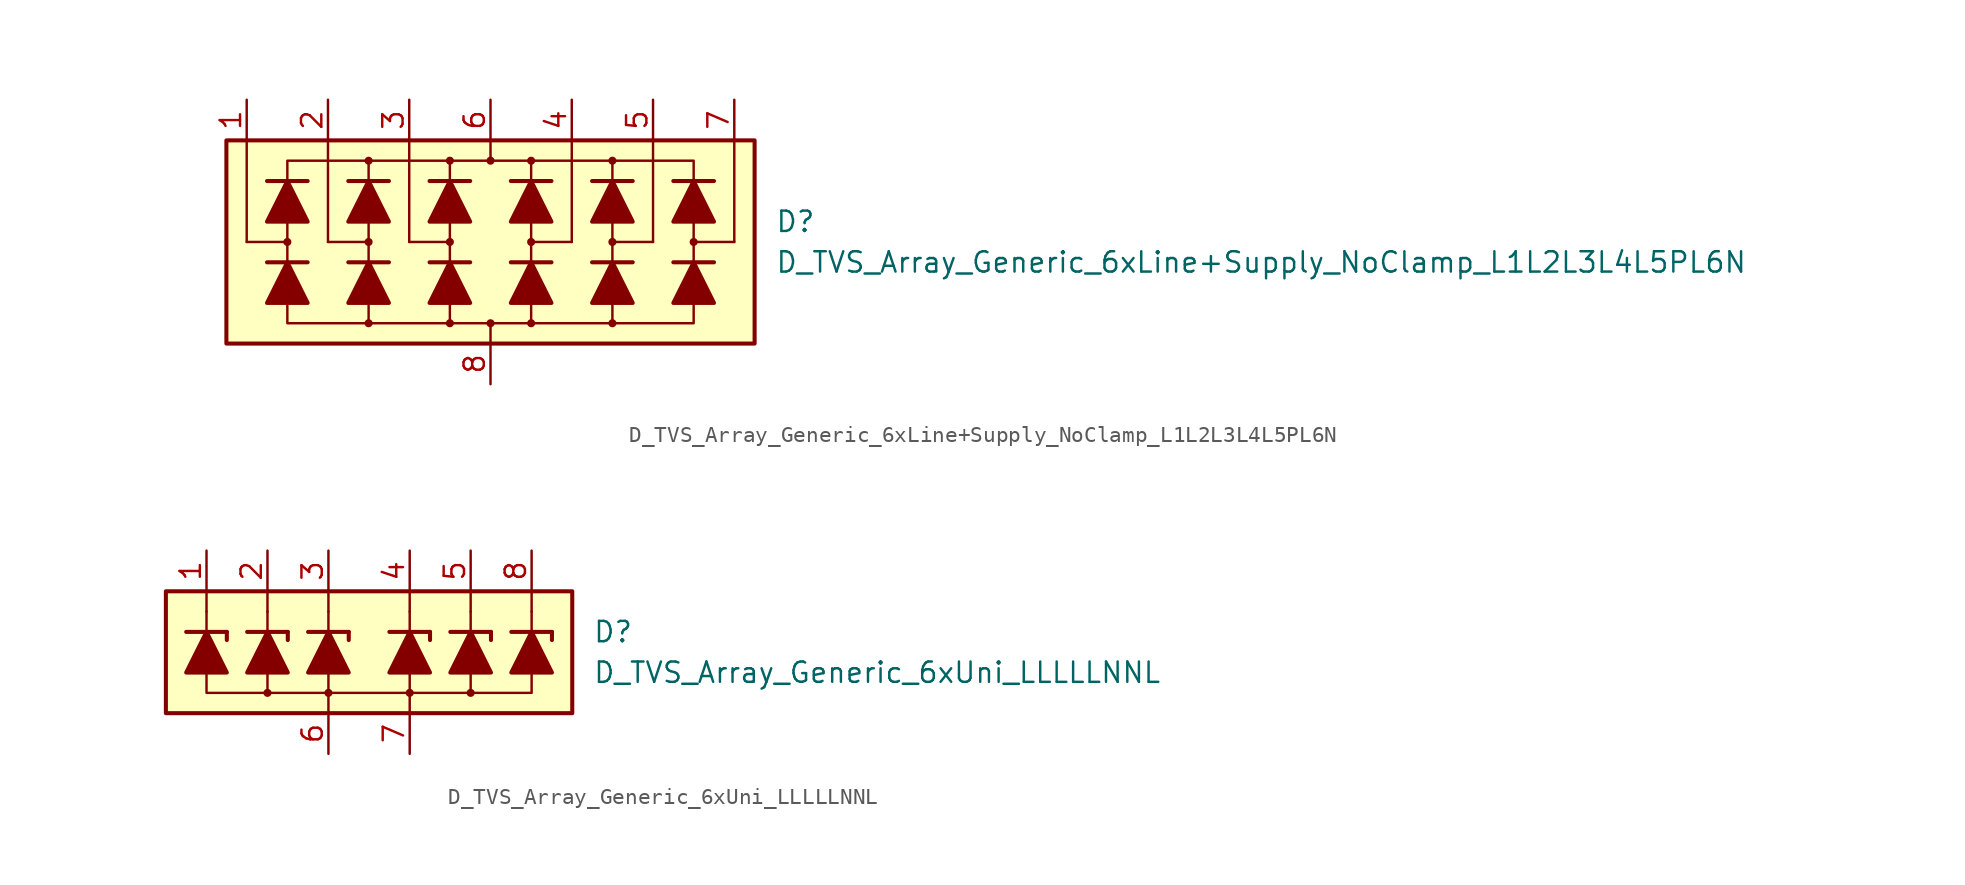
<source format=kicad_sym>
(kicad_symbol_lib
  (version 20211014)
  (generator kicad_symbol_editor)
  (symbol "D_TVS_Array_Generic_6xLine+Supply_NoClamp_L1L2L3L4L5PL6N"
    (pin_names
      (offset 1.016) hide)
    (property "Reference" "D"
      (at 17.78 1.27 0)
      (effects (font (size 1.27 1.27)) (justify left)))
    (property "Value" "D_TVS_Array_Generic_6xLine+Supply_NoClamp_L1L2L3L4L5PL6N"
      (at 17.78 -1.27 0)
      (effects (font (size 1.27 1.27)) (justify left)))
    (symbol "D_TVS_Array_Generic_6xLine+Supply_NoClamp_L1L2L3L4L5PL6N_0_1"
      (rectangle (start -16.51 6.35) (end 16.51 -6.35) (stroke (width 0.254) (type default) (color 0 0 0 0)) (fill (type background)))
      (circle (center -2.54 0) (radius 0.178) (stroke (width 0) (type default) (color 0 0 0 0)) (fill (type outline)))
      (polyline (pts (xy -5.08 0) (xy -5.08 6.35)) (stroke (width 0) (type default) (color 0 0 0 0)) (fill (type none)))
      (polyline (pts (xy -2.54 -1.27) (xy -2.54 1.27)) (stroke (width 0) (type default) (color 0 0 0 0)) (fill (type none)))
      (polyline (pts (xy -2.54 0) (xy -5.08 0)) (stroke (width 0) (type default) (color 0 0 0 0)) (fill (type none)))
      (polyline (pts (xy 0 -5.08) (xy 0 -6.35)) (stroke (width 0) (type default) (color 0 0 0 0)) (fill (type none)))
      (polyline (pts (xy 0 6.35) (xy 0 5.08)) (stroke (width 0) (type default) (color 0 0 0 0)) (fill (type none)))
      (polyline (pts (xy 2.54 -1.27) (xy 2.54 1.27)) (stroke (width 0) (type default) (color 0 0 0 0)) (fill (type none)))
      (polyline (pts (xy 2.54 0) (xy 5.08 0)) (stroke (width 0) (type default) (color 0 0 0 0)) (fill (type none)))
      (polyline (pts (xy 5.08 0) (xy 5.08 6.35)) (stroke (width 0) (type default) (color 0 0 0 0)) (fill (type none)))
      (polyline (pts (xy -2.54 -5.08) (xy -7.62 -5.08) (xy -7.62 5.08) (xy -2.54 5.08)) (stroke (width 0) (type default) (color 0 0 0 0)) (fill (type none)))
      (polyline (pts (xy -2.54 3.81) (xy -2.54 5.08) (xy 2.54 5.08) (xy 2.54 3.81)) (stroke (width 0.152) (type default) (color 0 0 0 0)) (fill (type none)))
      (polyline (pts (xy 2.54 -5.08) (xy 7.62 -5.08) (xy 7.62 5.08) (xy 2.54 5.08)) (stroke (width 0) (type default) (color 0 0 0 0)) (fill (type none)))
      (polyline (pts (xy 2.54 -3.81) (xy 2.54 -5.08) (xy -2.54 -5.08) (xy -2.54 -3.81)) (stroke (width 0.152) (type default) (color 0 0 0 0)) (fill (type none)))
      (circle (center 0 5.08) (radius 0.178) (stroke (width 0) (type default) (color 0 0 0 0)) (fill (type outline)))
      (circle (center 2.54 0) (radius 0.178) (stroke (width 0) (type default) (color 0 0 0 0)) (fill (type outline))))
    (symbol "D_TVS_Array_Generic_6xLine+Supply_NoClamp_L1L2L3L4L5PL6N_1_1"
      (circle (center -12.7 0) (radius 0.178) (stroke (width 0) (type default) (color 0 0 0 0)) (fill (type outline)))
      (circle (center -7.62 -5.08) (radius 0.178) (stroke (width 0) (type default) (color 0 0 0 0)) (fill (type outline)))
      (circle (center -7.62 0) (radius 0.178) (stroke (width 0) (type default) (color 0 0 0 0)) (fill (type outline)))
      (circle (center -7.62 5.08) (radius 0.178) (stroke (width 0) (type default) (color 0 0 0 0)) (fill (type outline)))
      (circle (center -2.54 -5.08) (radius 0.178) (stroke (width 0) (type default) (color 0 0 0 0)) (fill (type outline)))
      (circle (center -2.54 5.08) (radius 0.178) (stroke (width 0) (type default) (color 0 0 0 0)) (fill (type outline)))
      (circle (center 0 -5.08) (radius 0.178) (stroke (width 0) (type default) (color 0 0 0 0)) (fill (type outline)))
      (polyline (pts (xy -15.24 0) (xy -15.24 6.35)) (stroke (width 0) (type default) (color 0 0 0 0)) (fill (type none)))
      (polyline (pts (xy -12.7 0) (xy -15.24 0)) (stroke (width 0) (type default) (color 0 0 0 0)) (fill (type none)))
      (polyline (pts (xy -11.43 -1.27) (xy -13.97 -1.27)) (stroke (width 0.254) (type default) (color 0 0 0 0)) (fill (type none)))
      (polyline (pts (xy -11.43 3.81) (xy -13.97 3.81)) (stroke (width 0.254) (type default) (color 0 0 0 0)) (fill (type none)))
      (polyline (pts (xy -10.16 0) (xy -10.16 6.35)) (stroke (width 0) (type default) (color 0 0 0 0)) (fill (type none)))
      (polyline (pts (xy -7.62 0) (xy -10.16 0)) (stroke (width 0) (type default) (color 0 0 0 0)) (fill (type none)))
      (polyline (pts (xy -6.35 -1.27) (xy -8.89 -1.27)) (stroke (width 0.254) (type default) (color 0 0 0 0)) (fill (type none)))
      (polyline (pts (xy -6.35 3.81) (xy -8.89 3.81)) (stroke (width 0.254) (type default) (color 0 0 0 0)) (fill (type none)))
      (polyline (pts (xy -2.54 -3.81) (xy -2.54 -1.27)) (stroke (width 0) (type default) (color 0 0 0 0)) (fill (type none)))
      (polyline (pts (xy -2.54 1.27) (xy -2.54 3.81)) (stroke (width 0) (type default) (color 0 0 0 0)) (fill (type none)))
      (polyline (pts (xy -1.27 -1.27) (xy -3.81 -1.27)) (stroke (width 0.254) (type default) (color 0 0 0 0)) (fill (type none)))
      (polyline (pts (xy -1.27 3.81) (xy -3.81 3.81)) (stroke (width 0.254) (type default) (color 0 0 0 0)) (fill (type none)))
      (polyline (pts (xy 2.54 -3.81) (xy 2.54 -1.27)) (stroke (width 0) (type default) (color 0 0 0 0)) (fill (type none)))
      (polyline (pts (xy 2.54 1.27) (xy 2.54 3.81)) (stroke (width 0) (type default) (color 0 0 0 0)) (fill (type none)))
      (polyline (pts (xy 3.81 -1.27) (xy 1.27 -1.27)) (stroke (width 0.254) (type default) (color 0 0 0 0)) (fill (type none)))
      (polyline (pts (xy 3.81 3.81) (xy 1.27 3.81)) (stroke (width 0.254) (type default) (color 0 0 0 0)) (fill (type none)))
      (polyline (pts (xy 7.62 0) (xy 10.16 0)) (stroke (width 0) (type default) (color 0 0 0 0)) (fill (type none)))
      (polyline (pts (xy 8.89 -1.27) (xy 6.35 -1.27)) (stroke (width 0.254) (type default) (color 0 0 0 0)) (fill (type none)))
      (polyline (pts (xy 8.89 3.81) (xy 6.35 3.81)) (stroke (width 0.254) (type default) (color 0 0 0 0)) (fill (type none)))
      (polyline (pts (xy 10.16 0) (xy 10.16 6.35)) (stroke (width 0) (type default) (color 0 0 0 0)) (fill (type none)))
      (polyline (pts (xy 12.7 0) (xy 15.24 0)) (stroke (width 0) (type default) (color 0 0 0 0)) (fill (type none)))
      (polyline (pts (xy 13.97 -1.27) (xy 11.43 -1.27)) (stroke (width 0.254) (type default) (color 0 0 0 0)) (fill (type none)))
      (polyline (pts (xy 13.97 3.81) (xy 11.43 3.81)) (stroke (width 0.254) (type default) (color 0 0 0 0)) (fill (type none)))
      (polyline (pts (xy 15.24 0) (xy 15.24 6.35)) (stroke (width 0) (type default) (color 0 0 0 0)) (fill (type none)))
      (polyline (pts (xy -11.43 -3.81) (xy -13.97 -3.81) (xy -12.7 -1.27) (xy -11.43 -3.81)) (stroke (width 0.254) (type default) (color 0 0 0 0)) (fill (type outline)))
      (polyline (pts (xy -11.43 1.27) (xy -13.97 1.27) (xy -12.7 3.81) (xy -11.43 1.27)) (stroke (width 0.254) (type default) (color 0 0 0 0)) (fill (type outline)))
      (polyline (pts (xy -7.62 -5.08) (xy -12.7 -5.08) (xy -12.7 5.08) (xy -7.62 5.08)) (stroke (width 0) (type default) (color 0 0 0 0)) (fill (type none)))
      (polyline (pts (xy -6.35 -3.81) (xy -8.89 -3.81) (xy -7.62 -1.27) (xy -6.35 -3.81)) (stroke (width 0.254) (type default) (color 0 0 0 0)) (fill (type outline)))
      (polyline (pts (xy -6.35 1.27) (xy -8.89 1.27) (xy -7.62 3.81) (xy -6.35 1.27)) (stroke (width 0.254) (type default) (color 0 0 0 0)) (fill (type outline)))
      (polyline (pts (xy -1.27 -3.81) (xy -3.81 -3.81) (xy -2.54 -1.27) (xy -1.27 -3.81)) (stroke (width 0.254) (type default) (color 0 0 0 0)) (fill (type outline)))
      (polyline (pts (xy -1.27 1.27) (xy -3.81 1.27) (xy -2.54 3.81) (xy -1.27 1.27)) (stroke (width 0.254) (type default) (color 0 0 0 0)) (fill (type outline)))
      (polyline (pts (xy 3.81 -3.81) (xy 1.27 -3.81) (xy 2.54 -1.27) (xy 3.81 -3.81)) (stroke (width 0.254) (type default) (color 0 0 0 0)) (fill (type outline)))
      (polyline (pts (xy 3.81 1.27) (xy 1.27 1.27) (xy 2.54 3.81) (xy 3.81 1.27)) (stroke (width 0.254) (type default) (color 0 0 0 0)) (fill (type outline)))
      (polyline (pts (xy 7.62 -5.08) (xy 12.7 -5.08) (xy 12.7 5.08) (xy 7.62 5.08)) (stroke (width 0) (type default) (color 0 0 0 0)) (fill (type none)))
      (polyline (pts (xy 8.89 -3.81) (xy 6.35 -3.81) (xy 7.62 -1.27) (xy 8.89 -3.81)) (stroke (width 0.254) (type default) (color 0 0 0 0)) (fill (type outline)))
      (polyline (pts (xy 8.89 1.27) (xy 6.35 1.27) (xy 7.62 3.81) (xy 8.89 1.27)) (stroke (width 0.254) (type default) (color 0 0 0 0)) (fill (type outline)))
      (polyline (pts (xy 13.97 -3.81) (xy 11.43 -3.81) (xy 12.7 -1.27) (xy 13.97 -3.81)) (stroke (width 0.254) (type default) (color 0 0 0 0)) (fill (type outline)))
      (polyline (pts (xy 13.97 1.27) (xy 11.43 1.27) (xy 12.7 3.81) (xy 13.97 1.27)) (stroke (width 0.254) (type default) (color 0 0 0 0)) (fill (type outline)))
      (circle (center 2.54 -5.08) (radius 0.178) (stroke (width 0) (type default) (color 0 0 0 0)) (fill (type outline)))
      (circle (center 2.54 5.08) (radius 0.178) (stroke (width 0) (type default) (color 0 0 0 0)) (fill (type outline)))
      (circle (center 7.62 -5.08) (radius 0.178) (stroke (width 0) (type default) (color 0 0 0 0)) (fill (type outline)))
      (circle (center 7.62 0) (radius 0.178) (stroke (width 0) (type default) (color 0 0 0 0)) (fill (type outline)))
      (circle (center 7.62 5.08) (radius 0.178) (stroke (width 0) (type default) (color 0 0 0 0)) (fill (type outline)))
      (circle (center 12.7 0) (radius 0.178) (stroke (width 0) (type default) (color 0 0 0 0)) (fill (type outline)))
      (pin passive line (at -15.24 8.89 270) (length 2.54) (name "L1" (effects (font (size 1.27 1.27)))) (number "1" (effects (font (size 1.27 1.27)))))
      (pin passive line (at -10.16 8.89 270) (length 2.54) (name "L2" (effects (font (size 1.27 1.27)))) (number "2" (effects (font (size 1.27 1.27)))))
      (pin passive line (at -5.08 8.89 270) (length 2.54) (name "L3" (effects (font (size 1.27 1.27)))) (number "3" (effects (font (size 1.27 1.27)))))
      (pin passive line (at 5.08 8.89 270) (length 2.54) (name "L4" (effects (font (size 1.27 1.27)))) (number "4" (effects (font (size 1.27 1.27)))))
      (pin passive line (at 10.16 8.89 270) (length 2.54) (name "L5" (effects (font (size 1.27 1.27)))) (number "5" (effects (font (size 1.27 1.27)))))
      (pin passive line (at 0 8.89 270) (length 2.54) (name "VP" (effects (font (size 1.27 1.27)))) (number "6" (effects (font (size 1.27 1.27)))))
      (pin passive line (at 15.24 8.89 270) (length 2.54) (name "L6" (effects (font (size 1.27 1.27)))) (number "7" (effects (font (size 1.27 1.27)))))
      (pin passive line (at 0 -8.89 90) (length 2.54) (name "VN" (effects (font (size 1.27 1.27)))) (number "8" (effects (font (size 1.27 1.27)))))))
  (symbol "D_TVS_Array_Generic_6xUni_LLLLLNNL"
    (pin_names
      (offset 1.016) hide)
    (property "Reference" "D"
      (at 13.97 1.27 0)
      (effects (font (size 1.27 1.27)) (justify left)))
    (property "Value" "D_TVS_Array_Generic_6xUni_LLLLLNNL"
      (at 13.97 -1.27 0)
      (effects (font (size 1.27 1.27)) (justify left)))
    (symbol "D_TVS_Array_Generic_6xUni_LLLLLNNL_0_1"
      (rectangle (start -12.7 3.81) (end 12.7 -3.81) (stroke (width 0.254) (type default) (color 0 0 0 0)) (fill (type background)))
      (circle (center -2.54 -2.54) (radius 0.178) (stroke (width 0) (type default) (color 0 0 0 0)) (fill (type outline)))
      (polyline (pts (xy -6.35 -2.54) (xy -6.35 -1.27)) (stroke (width 0) (type default) (color 0 0 0 0)) (fill (type none)))
      (polyline (pts (xy -6.35 1.27) (xy -6.35 2.54)) (stroke (width 0) (type default) (color 0 0 0 0)) (fill (type none)))
      (polyline (pts (xy -6.35 2.54) (xy -6.35 3.81)) (stroke (width 0) (type default) (color 0 0 0 0)) (fill (type none)))
      (polyline (pts (xy -2.54 -3.81) (xy -2.54 -2.54)) (stroke (width 0) (type default) (color 0 0 0 0)) (fill (type none)))
      (polyline (pts (xy -2.54 -2.54) (xy -2.54 -1.27)) (stroke (width 0) (type default) (color 0 0 0 0)) (fill (type none)))
      (polyline (pts (xy -2.54 1.27) (xy -2.54 2.54)) (stroke (width 0) (type default) (color 0 0 0 0)) (fill (type none)))
      (polyline (pts (xy -2.54 2.54) (xy -2.54 3.81)) (stroke (width 0) (type default) (color 0 0 0 0)) (fill (type none)))
      (polyline (pts (xy 2.54 -2.54) (xy 2.54 -1.27)) (stroke (width 0) (type default) (color 0 0 0 0)) (fill (type none)))
      (polyline (pts (xy 2.54 1.27) (xy 2.54 2.54)) (stroke (width 0) (type default) (color 0 0 0 0)) (fill (type none)))
      (polyline (pts (xy 2.54 2.54) (xy 2.54 3.81)) (stroke (width 0) (type default) (color 0 0 0 0)) (fill (type none)))
      (polyline (pts (xy 6.35 -2.54) (xy 6.35 -1.27)) (stroke (width 0) (type default) (color 0 0 0 0)) (fill (type none)))
      (polyline (pts (xy 6.35 1.27) (xy 6.35 2.54)) (stroke (width 0) (type default) (color 0 0 0 0)) (fill (type none)))
      (polyline (pts (xy 6.35 2.54) (xy 6.35 3.81)) (stroke (width 0) (type default) (color 0 0 0 0)) (fill (type none)))
      (polyline (pts (xy 10.16 -1.27) (xy 10.16 -2.54) (xy -10.16 -2.54) (xy -10.16 -1.27)) (stroke (width 0) (type default) (color 0 0 0 0)) (fill (type none)))
      (circle (center 2.54 -2.54) (radius 0.178) (stroke (width 0) (type default) (color 0 0 0 0)) (fill (type outline)))
      (circle (center 6.35 -2.54) (radius 0.178) (stroke (width 0) (type default) (color 0 0 0 0)) (fill (type outline))))
    (symbol "D_TVS_Array_Generic_6xUni_LLLLLNNL_1_1"
      (circle (center -6.35 -2.54) (radius 0.178) (stroke (width 0) (type default) (color 0 0 0 0)) (fill (type outline)))
      (polyline (pts (xy -11.43 1.27) (xy -8.89 1.27)) (stroke (width 0.254) (type default) (color 0 0 0 0)) (fill (type none)))
      (polyline (pts (xy -10.16 -1.27) (xy -10.16 1.27)) (stroke (width 0) (type default) (color 0 0 0 0)) (fill (type none)))
      (polyline (pts (xy -10.16 1.27) (xy -10.16 2.54)) (stroke (width 0) (type default) (color 0 0 0 0)) (fill (type none)))
      (polyline (pts (xy -10.16 2.54) (xy -10.16 3.81)) (stroke (width 0) (type default) (color 0 0 0 0)) (fill (type none)))
      (polyline (pts (xy -8.89 1.27) (xy -8.89 0.762)) (stroke (width 0.254) (type default) (color 0 0 0 0)) (fill (type none)))
      (polyline (pts (xy -7.62 1.27) (xy -5.08 1.27)) (stroke (width 0.254) (type default) (color 0 0 0 0)) (fill (type none)))
      (polyline (pts (xy -6.35 -1.27) (xy -6.35 1.27)) (stroke (width 0) (type default) (color 0 0 0 0)) (fill (type none)))
      (polyline (pts (xy -5.08 1.27) (xy -5.08 0.762)) (stroke (width 0.254) (type default) (color 0 0 0 0)) (fill (type none)))
      (polyline (pts (xy -3.81 1.27) (xy -1.27 1.27)) (stroke (width 0.254) (type default) (color 0 0 0 0)) (fill (type none)))
      (polyline (pts (xy -2.54 -1.27) (xy -2.54 1.27)) (stroke (width 0) (type default) (color 0 0 0 0)) (fill (type none)))
      (polyline (pts (xy -1.27 1.27) (xy -1.27 0.762)) (stroke (width 0.254) (type default) (color 0 0 0 0)) (fill (type none)))
      (polyline (pts (xy 1.27 1.27) (xy 3.81 1.27)) (stroke (width 0.254) (type default) (color 0 0 0 0)) (fill (type none)))
      (polyline (pts (xy 2.54 -3.81) (xy 2.54 -2.54)) (stroke (width 0) (type default) (color 0 0 0 0)) (fill (type none)))
      (polyline (pts (xy 2.54 -1.27) (xy 2.54 1.27)) (stroke (width 0) (type default) (color 0 0 0 0)) (fill (type none)))
      (polyline (pts (xy 3.81 1.27) (xy 3.81 0.762)) (stroke (width 0.254) (type default) (color 0 0 0 0)) (fill (type none)))
      (polyline (pts (xy 5.08 1.27) (xy 7.62 1.27)) (stroke (width 0.254) (type default) (color 0 0 0 0)) (fill (type none)))
      (polyline (pts (xy 6.35 -1.27) (xy 6.35 1.27)) (stroke (width 0) (type default) (color 0 0 0 0)) (fill (type none)))
      (polyline (pts (xy 7.62 1.27) (xy 7.62 0.762)) (stroke (width 0.254) (type default) (color 0 0 0 0)) (fill (type none)))
      (polyline (pts (xy 8.89 1.27) (xy 11.43 1.27)) (stroke (width 0.254) (type default) (color 0 0 0 0)) (fill (type none)))
      (polyline (pts (xy 10.16 -1.27) (xy 10.16 1.27)) (stroke (width 0) (type default) (color 0 0 0 0)) (fill (type none)))
      (polyline (pts (xy 10.16 1.27) (xy 10.16 2.54)) (stroke (width 0) (type default) (color 0 0 0 0)) (fill (type none)))
      (polyline (pts (xy 10.16 2.54) (xy 10.16 3.81)) (stroke (width 0) (type default) (color 0 0 0 0)) (fill (type none)))
      (polyline (pts (xy 11.43 1.27) (xy 11.43 0.762)) (stroke (width 0.254) (type default) (color 0 0 0 0)) (fill (type none)))
      (polyline (pts (xy -8.89 -1.27) (xy -11.43 -1.27) (xy -10.16 1.27) (xy -8.89 -1.27)) (stroke (width 0.254) (type default) (color 0 0 0 0)) (fill (type outline)))
      (polyline (pts (xy -5.08 -1.27) (xy -7.62 -1.27) (xy -6.35 1.27) (xy -5.08 -1.27)) (stroke (width 0.254) (type default) (color 0 0 0 0)) (fill (type outline)))
      (polyline (pts (xy -1.27 -1.27) (xy -3.81 -1.27) (xy -2.54 1.27) (xy -1.27 -1.27)) (stroke (width 0.254) (type default) (color 0 0 0 0)) (fill (type outline)))
      (polyline (pts (xy 3.81 -1.27) (xy 1.27 -1.27) (xy 2.54 1.27) (xy 3.81 -1.27)) (stroke (width 0.254) (type default) (color 0 0 0 0)) (fill (type outline)))
      (polyline (pts (xy 7.62 -1.27) (xy 5.08 -1.27) (xy 6.35 1.27) (xy 7.62 -1.27)) (stroke (width 0.254) (type default) (color 0 0 0 0)) (fill (type outline)))
      (polyline (pts (xy 11.43 -1.27) (xy 8.89 -1.27) (xy 10.16 1.27) (xy 11.43 -1.27)) (stroke (width 0.254) (type default) (color 0 0 0 0)) (fill (type outline)))
      (pin passive line (at -10.16 6.35 270) (length 2.54) (name "L1" (effects (font (size 1.27 1.27)))) (number "1" (effects (font (size 1.27 1.27)))))
      (pin passive line (at -6.35 6.35 270) (length 2.54) (name "L2" (effects (font (size 1.27 1.27)))) (number "2" (effects (font (size 1.27 1.27)))))
      (pin passive line (at -2.54 6.35 270) (length 2.54) (name "L3" (effects (font (size 1.27 1.27)))) (number "3" (effects (font (size 1.27 1.27)))))
      (pin passive line (at 2.54 6.35 270) (length 2.54) (name "L4" (effects (font (size 1.27 1.27)))) (number "4" (effects (font (size 1.27 1.27)))))
      (pin passive line (at 6.35 6.35 270) (length 2.54) (name "L5" (effects (font (size 1.27 1.27)))) (number "5" (effects (font (size 1.27 1.27)))))
      (pin passive line (at -2.54 -6.35 90) (length 2.54) (name "VN" (effects (font (size 1.27 1.27)))) (number "6" (effects (font (size 1.27 1.27)))))
      (pin passive line (at 2.54 -6.35 90) (length 2.54) (name "VN" (effects (font (size 1.27 1.27)))) (number "7" (effects (font (size 1.27 1.27)))))
      (pin passive line (at 10.16 6.35 270) (length 2.54) (name "L6" (effects (font (size 1.27 1.27)))) (number "8" (effects (font (size 1.27 1.27))))))))
</source>
